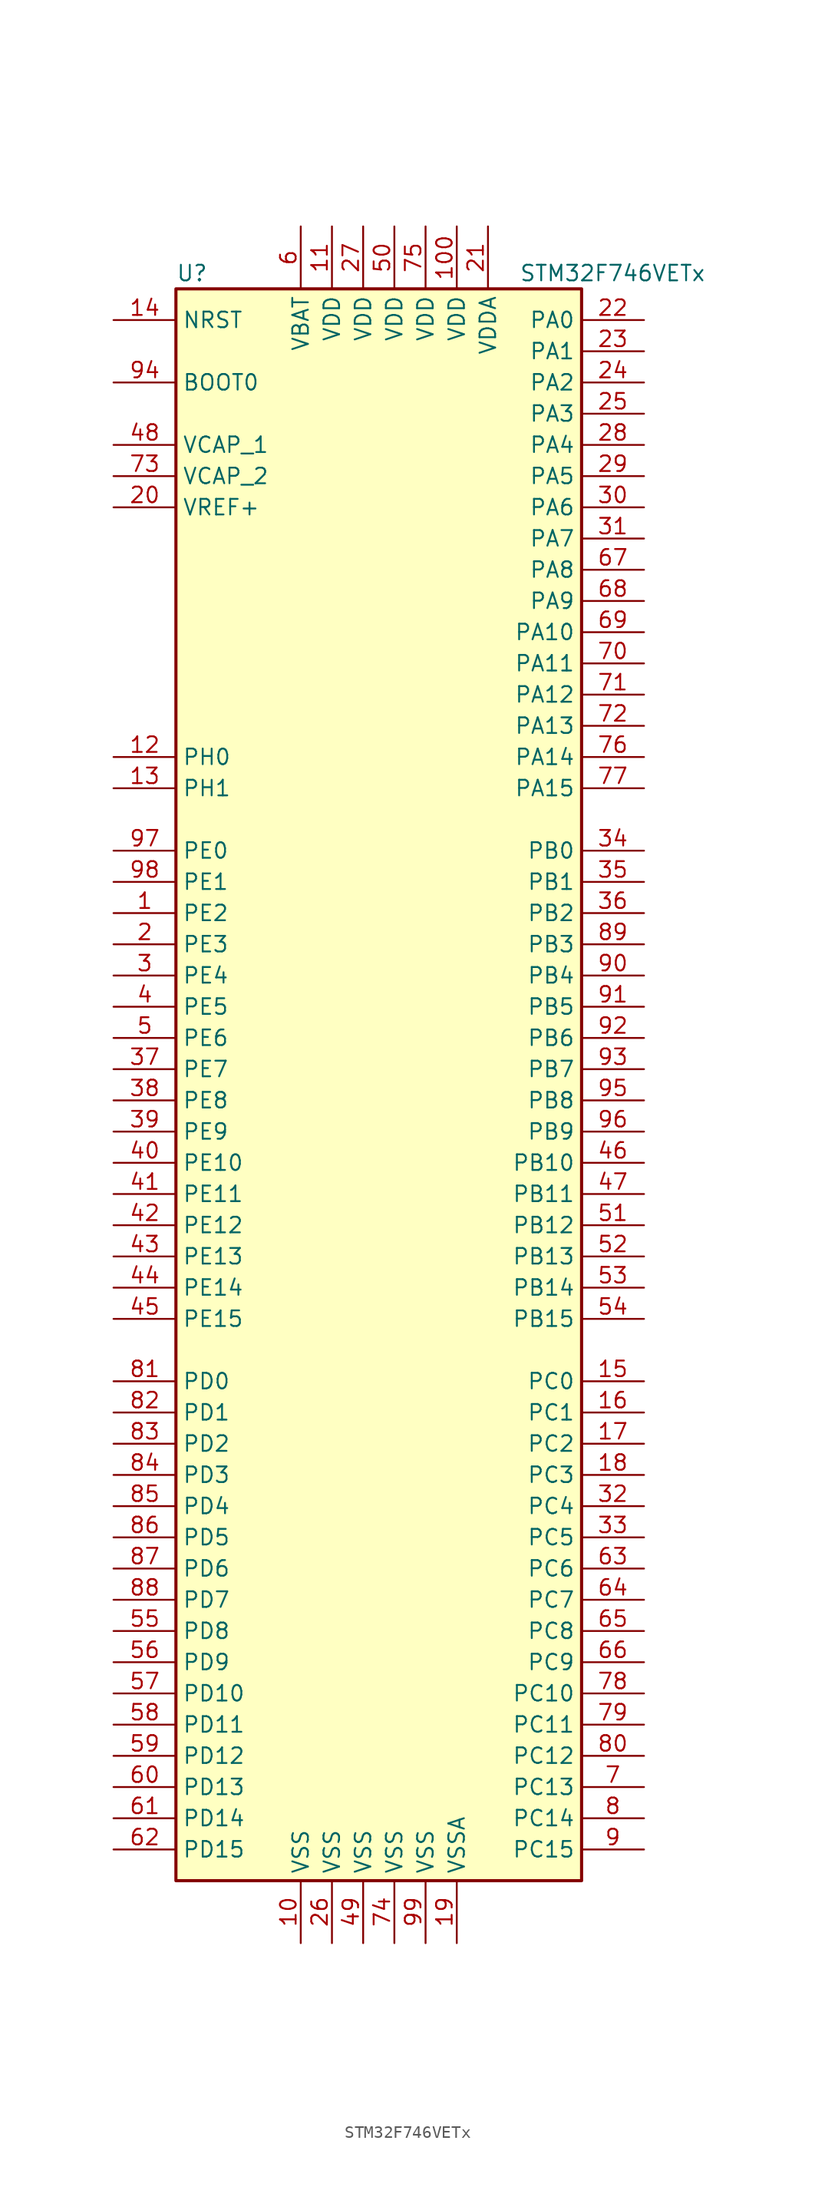
<source format=kicad_sym>
(kicad_symbol_lib
  (version 20211014)
  (generator kicad_symbol_editor)
  (symbol "STM32F746VETx"
    (property "Reference" "U"
      (at -17.78 64.77 0)
      (effects (font (size 1.27 1.27)) (justify left)))
    (property "Value" "STM32F746VETx"
      (at 10.16 64.77 0)
      (effects (font (size 1.27 1.27)) (justify left)))
    (symbol "STM32F746VETx_0_1"
      (rectangle (start -17.78 -66.04) (end 15.24 63.5) (stroke (width 0.254) (type default) (color 0 0 0 0)) (fill (type background))))
    (symbol "STM32F746VETx_1_1"
      (pin bidirectional line (at -22.86 12.7 0) (length 5.08) (name "PE2" (effects (font (size 1.27 1.27)))) (number "1" (effects (font (size 1.27 1.27)))))
      (pin power_in line (at -7.62 -71.12 90) (length 5.08) (name "VSS" (effects (font (size 1.27 1.27)))) (number "10" (effects (font (size 1.27 1.27)))))
      (pin power_in line (at 5.08 68.58 270) (length 5.08) (name "VDD" (effects (font (size 1.27 1.27)))) (number "100" (effects (font (size 1.27 1.27)))))
      (pin power_in line (at -5.08 68.58 270) (length 5.08) (name "VDD" (effects (font (size 1.27 1.27)))) (number "11" (effects (font (size 1.27 1.27)))))
      (pin input line (at -22.86 25.4 0) (length 5.08) (name "PH0" (effects (font (size 1.27 1.27)))) (number "12" (effects (font (size 1.27 1.27)))))
      (pin input line (at -22.86 22.86 0) (length 5.08) (name "PH1" (effects (font (size 1.27 1.27)))) (number "13" (effects (font (size 1.27 1.27)))))
      (pin input line (at -22.86 60.96 0) (length 5.08) (name "NRST" (effects (font (size 1.27 1.27)))) (number "14" (effects (font (size 1.27 1.27)))))
      (pin bidirectional line (at 20.32 -25.4 180) (length 5.08) (name "PC0" (effects (font (size 1.27 1.27)))) (number "15" (effects (font (size 1.27 1.27)))))
      (pin bidirectional line (at 20.32 -27.94 180) (length 5.08) (name "PC1" (effects (font (size 1.27 1.27)))) (number "16" (effects (font (size 1.27 1.27)))))
      (pin bidirectional line (at 20.32 -30.48 180) (length 5.08) (name "PC2" (effects (font (size 1.27 1.27)))) (number "17" (effects (font (size 1.27 1.27)))))
      (pin bidirectional line (at 20.32 -33.02 180) (length 5.08) (name "PC3" (effects (font (size 1.27 1.27)))) (number "18" (effects (font (size 1.27 1.27)))))
      (pin power_in line (at 5.08 -71.12 90) (length 5.08) (name "VSSA" (effects (font (size 1.27 1.27)))) (number "19" (effects (font (size 1.27 1.27)))))
      (pin bidirectional line (at -22.86 10.16 0) (length 5.08) (name "PE3" (effects (font (size 1.27 1.27)))) (number "2" (effects (font (size 1.27 1.27)))))
      (pin power_in line (at -22.86 45.72 0) (length 5.08) (name "VREF+" (effects (font (size 1.27 1.27)))) (number "20" (effects (font (size 1.27 1.27)))))
      (pin power_in line (at 7.62 68.58 270) (length 5.08) (name "VDDA" (effects (font (size 1.27 1.27)))) (number "21" (effects (font (size 1.27 1.27)))))
      (pin bidirectional line (at 20.32 60.96 180) (length 5.08) (name "PA0" (effects (font (size 1.27 1.27)))) (number "22" (effects (font (size 1.27 1.27)))))
      (pin bidirectional line (at 20.32 58.42 180) (length 5.08) (name "PA1" (effects (font (size 1.27 1.27)))) (number "23" (effects (font (size 1.27 1.27)))))
      (pin bidirectional line (at 20.32 55.88 180) (length 5.08) (name "PA2" (effects (font (size 1.27 1.27)))) (number "24" (effects (font (size 1.27 1.27)))))
      (pin bidirectional line (at 20.32 53.34 180) (length 5.08) (name "PA3" (effects (font (size 1.27 1.27)))) (number "25" (effects (font (size 1.27 1.27)))))
      (pin power_in line (at -5.08 -71.12 90) (length 5.08) (name "VSS" (effects (font (size 1.27 1.27)))) (number "26" (effects (font (size 1.27 1.27)))))
      (pin power_in line (at -2.54 68.58 270) (length 5.08) (name "VDD" (effects (font (size 1.27 1.27)))) (number "27" (effects (font (size 1.27 1.27)))))
      (pin bidirectional line (at 20.32 50.8 180) (length 5.08) (name "PA4" (effects (font (size 1.27 1.27)))) (number "28" (effects (font (size 1.27 1.27)))))
      (pin bidirectional line (at 20.32 48.26 180) (length 5.08) (name "PA5" (effects (font (size 1.27 1.27)))) (number "29" (effects (font (size 1.27 1.27)))))
      (pin bidirectional line (at -22.86 7.62 0) (length 5.08) (name "PE4" (effects (font (size 1.27 1.27)))) (number "3" (effects (font (size 1.27 1.27)))))
      (pin bidirectional line (at 20.32 45.72 180) (length 5.08) (name "PA6" (effects (font (size 1.27 1.27)))) (number "30" (effects (font (size 1.27 1.27)))))
      (pin bidirectional line (at 20.32 43.18 180) (length 5.08) (name "PA7" (effects (font (size 1.27 1.27)))) (number "31" (effects (font (size 1.27 1.27)))))
      (pin bidirectional line (at 20.32 -35.56 180) (length 5.08) (name "PC4" (effects (font (size 1.27 1.27)))) (number "32" (effects (font (size 1.27 1.27)))))
      (pin bidirectional line (at 20.32 -38.1 180) (length 5.08) (name "PC5" (effects (font (size 1.27 1.27)))) (number "33" (effects (font (size 1.27 1.27)))))
      (pin bidirectional line (at 20.32 17.78 180) (length 5.08) (name "PB0" (effects (font (size 1.27 1.27)))) (number "34" (effects (font (size 1.27 1.27)))))
      (pin bidirectional line (at 20.32 15.24 180) (length 5.08) (name "PB1" (effects (font (size 1.27 1.27)))) (number "35" (effects (font (size 1.27 1.27)))))
      (pin bidirectional line (at 20.32 12.7 180) (length 5.08) (name "PB2" (effects (font (size 1.27 1.27)))) (number "36" (effects (font (size 1.27 1.27)))))
      (pin bidirectional line (at -22.86 0 0) (length 5.08) (name "PE7" (effects (font (size 1.27 1.27)))) (number "37" (effects (font (size 1.27 1.27)))))
      (pin bidirectional line (at -22.86 -2.54 0) (length 5.08) (name "PE8" (effects (font (size 1.27 1.27)))) (number "38" (effects (font (size 1.27 1.27)))))
      (pin bidirectional line (at -22.86 -5.08 0) (length 5.08) (name "PE9" (effects (font (size 1.27 1.27)))) (number "39" (effects (font (size 1.27 1.27)))))
      (pin bidirectional line (at -22.86 5.08 0) (length 5.08) (name "PE5" (effects (font (size 1.27 1.27)))) (number "4" (effects (font (size 1.27 1.27)))))
      (pin bidirectional line (at -22.86 -7.62 0) (length 5.08) (name "PE10" (effects (font (size 1.27 1.27)))) (number "40" (effects (font (size 1.27 1.27)))))
      (pin bidirectional line (at -22.86 -10.16 0) (length 5.08) (name "PE11" (effects (font (size 1.27 1.27)))) (number "41" (effects (font (size 1.27 1.27)))))
      (pin bidirectional line (at -22.86 -12.7 0) (length 5.08) (name "PE12" (effects (font (size 1.27 1.27)))) (number "42" (effects (font (size 1.27 1.27)))))
      (pin bidirectional line (at -22.86 -15.24 0) (length 5.08) (name "PE13" (effects (font (size 1.27 1.27)))) (number "43" (effects (font (size 1.27 1.27)))))
      (pin bidirectional line (at -22.86 -17.78 0) (length 5.08) (name "PE14" (effects (font (size 1.27 1.27)))) (number "44" (effects (font (size 1.27 1.27)))))
      (pin bidirectional line (at -22.86 -20.32 0) (length 5.08) (name "PE15" (effects (font (size 1.27 1.27)))) (number "45" (effects (font (size 1.27 1.27)))))
      (pin bidirectional line (at 20.32 -7.62 180) (length 5.08) (name "PB10" (effects (font (size 1.27 1.27)))) (number "46" (effects (font (size 1.27 1.27)))))
      (pin bidirectional line (at 20.32 -10.16 180) (length 5.08) (name "PB11" (effects (font (size 1.27 1.27)))) (number "47" (effects (font (size 1.27 1.27)))))
      (pin power_in line (at -22.86 50.8 0) (length 5.08) (name "VCAP_1" (effects (font (size 1.27 1.27)))) (number "48" (effects (font (size 1.27 1.27)))))
      (pin power_in line (at -2.54 -71.12 90) (length 5.08) (name "VSS" (effects (font (size 1.27 1.27)))) (number "49" (effects (font (size 1.27 1.27)))))
      (pin bidirectional line (at -22.86 2.54 0) (length 5.08) (name "PE6" (effects (font (size 1.27 1.27)))) (number "5" (effects (font (size 1.27 1.27)))))
      (pin power_in line (at 0 68.58 270) (length 5.08) (name "VDD" (effects (font (size 1.27 1.27)))) (number "50" (effects (font (size 1.27 1.27)))))
      (pin bidirectional line (at 20.32 -12.7 180) (length 5.08) (name "PB12" (effects (font (size 1.27 1.27)))) (number "51" (effects (font (size 1.27 1.27)))))
      (pin bidirectional line (at 20.32 -15.24 180) (length 5.08) (name "PB13" (effects (font (size 1.27 1.27)))) (number "52" (effects (font (size 1.27 1.27)))))
      (pin bidirectional line (at 20.32 -17.78 180) (length 5.08) (name "PB14" (effects (font (size 1.27 1.27)))) (number "53" (effects (font (size 1.27 1.27)))))
      (pin bidirectional line (at 20.32 -20.32 180) (length 5.08) (name "PB15" (effects (font (size 1.27 1.27)))) (number "54" (effects (font (size 1.27 1.27)))))
      (pin bidirectional line (at -22.86 -45.72 0) (length 5.08) (name "PD8" (effects (font (size 1.27 1.27)))) (number "55" (effects (font (size 1.27 1.27)))))
      (pin bidirectional line (at -22.86 -48.26 0) (length 5.08) (name "PD9" (effects (font (size 1.27 1.27)))) (number "56" (effects (font (size 1.27 1.27)))))
      (pin bidirectional line (at -22.86 -50.8 0) (length 5.08) (name "PD10" (effects (font (size 1.27 1.27)))) (number "57" (effects (font (size 1.27 1.27)))))
      (pin bidirectional line (at -22.86 -53.34 0) (length 5.08) (name "PD11" (effects (font (size 1.27 1.27)))) (number "58" (effects (font (size 1.27 1.27)))))
      (pin bidirectional line (at -22.86 -55.88 0) (length 5.08) (name "PD12" (effects (font (size 1.27 1.27)))) (number "59" (effects (font (size 1.27 1.27)))))
      (pin power_in line (at -7.62 68.58 270) (length 5.08) (name "VBAT" (effects (font (size 1.27 1.27)))) (number "6" (effects (font (size 1.27 1.27)))))
      (pin bidirectional line (at -22.86 -58.42 0) (length 5.08) (name "PD13" (effects (font (size 1.27 1.27)))) (number "60" (effects (font (size 1.27 1.27)))))
      (pin bidirectional line (at -22.86 -60.96 0) (length 5.08) (name "PD14" (effects (font (size 1.27 1.27)))) (number "61" (effects (font (size 1.27 1.27)))))
      (pin bidirectional line (at -22.86 -63.5 0) (length 5.08) (name "PD15" (effects (font (size 1.27 1.27)))) (number "62" (effects (font (size 1.27 1.27)))))
      (pin bidirectional line (at 20.32 -40.64 180) (length 5.08) (name "PC6" (effects (font (size 1.27 1.27)))) (number "63" (effects (font (size 1.27 1.27)))))
      (pin bidirectional line (at 20.32 -43.18 180) (length 5.08) (name "PC7" (effects (font (size 1.27 1.27)))) (number "64" (effects (font (size 1.27 1.27)))))
      (pin bidirectional line (at 20.32 -45.72 180) (length 5.08) (name "PC8" (effects (font (size 1.27 1.27)))) (number "65" (effects (font (size 1.27 1.27)))))
      (pin bidirectional line (at 20.32 -48.26 180) (length 5.08) (name "PC9" (effects (font (size 1.27 1.27)))) (number "66" (effects (font (size 1.27 1.27)))))
      (pin bidirectional line (at 20.32 40.64 180) (length 5.08) (name "PA8" (effects (font (size 1.27 1.27)))) (number "67" (effects (font (size 1.27 1.27)))))
      (pin bidirectional line (at 20.32 38.1 180) (length 5.08) (name "PA9" (effects (font (size 1.27 1.27)))) (number "68" (effects (font (size 1.27 1.27)))))
      (pin bidirectional line (at 20.32 35.56 180) (length 5.08) (name "PA10" (effects (font (size 1.27 1.27)))) (number "69" (effects (font (size 1.27 1.27)))))
      (pin bidirectional line (at 20.32 -58.42 180) (length 5.08) (name "PC13" (effects (font (size 1.27 1.27)))) (number "7" (effects (font (size 1.27 1.27)))))
      (pin bidirectional line (at 20.32 33.02 180) (length 5.08) (name "PA11" (effects (font (size 1.27 1.27)))) (number "70" (effects (font (size 1.27 1.27)))))
      (pin bidirectional line (at 20.32 30.48 180) (length 5.08) (name "PA12" (effects (font (size 1.27 1.27)))) (number "71" (effects (font (size 1.27 1.27)))))
      (pin bidirectional line (at 20.32 27.94 180) (length 5.08) (name "PA13" (effects (font (size 1.27 1.27)))) (number "72" (effects (font (size 1.27 1.27)))))
      (pin power_in line (at -22.86 48.26 0) (length 5.08) (name "VCAP_2" (effects (font (size 1.27 1.27)))) (number "73" (effects (font (size 1.27 1.27)))))
      (pin power_in line (at 0 -71.12 90) (length 5.08) (name "VSS" (effects (font (size 1.27 1.27)))) (number "74" (effects (font (size 1.27 1.27)))))
      (pin power_in line (at 2.54 68.58 270) (length 5.08) (name "VDD" (effects (font (size 1.27 1.27)))) (number "75" (effects (font (size 1.27 1.27)))))
      (pin bidirectional line (at 20.32 25.4 180) (length 5.08) (name "PA14" (effects (font (size 1.27 1.27)))) (number "76" (effects (font (size 1.27 1.27)))))
      (pin bidirectional line (at 20.32 22.86 180) (length 5.08) (name "PA15" (effects (font (size 1.27 1.27)))) (number "77" (effects (font (size 1.27 1.27)))))
      (pin bidirectional line (at 20.32 -50.8 180) (length 5.08) (name "PC10" (effects (font (size 1.27 1.27)))) (number "78" (effects (font (size 1.27 1.27)))))
      (pin bidirectional line (at 20.32 -53.34 180) (length 5.08) (name "PC11" (effects (font (size 1.27 1.27)))) (number "79" (effects (font (size 1.27 1.27)))))
      (pin bidirectional line (at 20.32 -60.96 180) (length 5.08) (name "PC14" (effects (font (size 1.27 1.27)))) (number "8" (effects (font (size 1.27 1.27)))))
      (pin bidirectional line (at 20.32 -55.88 180) (length 5.08) (name "PC12" (effects (font (size 1.27 1.27)))) (number "80" (effects (font (size 1.27 1.27)))))
      (pin bidirectional line (at -22.86 -25.4 0) (length 5.08) (name "PD0" (effects (font (size 1.27 1.27)))) (number "81" (effects (font (size 1.27 1.27)))))
      (pin bidirectional line (at -22.86 -27.94 0) (length 5.08) (name "PD1" (effects (font (size 1.27 1.27)))) (number "82" (effects (font (size 1.27 1.27)))))
      (pin bidirectional line (at -22.86 -30.48 0) (length 5.08) (name "PD2" (effects (font (size 1.27 1.27)))) (number "83" (effects (font (size 1.27 1.27)))))
      (pin bidirectional line (at -22.86 -33.02 0) (length 5.08) (name "PD3" (effects (font (size 1.27 1.27)))) (number "84" (effects (font (size 1.27 1.27)))))
      (pin bidirectional line (at -22.86 -35.56 0) (length 5.08) (name "PD4" (effects (font (size 1.27 1.27)))) (number "85" (effects (font (size 1.27 1.27)))))
      (pin bidirectional line (at -22.86 -38.1 0) (length 5.08) (name "PD5" (effects (font (size 1.27 1.27)))) (number "86" (effects (font (size 1.27 1.27)))))
      (pin bidirectional line (at -22.86 -40.64 0) (length 5.08) (name "PD6" (effects (font (size 1.27 1.27)))) (number "87" (effects (font (size 1.27 1.27)))))
      (pin bidirectional line (at -22.86 -43.18 0) (length 5.08) (name "PD7" (effects (font (size 1.27 1.27)))) (number "88" (effects (font (size 1.27 1.27)))))
      (pin bidirectional line (at 20.32 10.16 180) (length 5.08) (name "PB3" (effects (font (size 1.27 1.27)))) (number "89" (effects (font (size 1.27 1.27)))))
      (pin bidirectional line (at 20.32 -63.5 180) (length 5.08) (name "PC15" (effects (font (size 1.27 1.27)))) (number "9" (effects (font (size 1.27 1.27)))))
      (pin bidirectional line (at 20.32 7.62 180) (length 5.08) (name "PB4" (effects (font (size 1.27 1.27)))) (number "90" (effects (font (size 1.27 1.27)))))
      (pin bidirectional line (at 20.32 5.08 180) (length 5.08) (name "PB5" (effects (font (size 1.27 1.27)))) (number "91" (effects (font (size 1.27 1.27)))))
      (pin bidirectional line (at 20.32 2.54 180) (length 5.08) (name "PB6" (effects (font (size 1.27 1.27)))) (number "92" (effects (font (size 1.27 1.27)))))
      (pin bidirectional line (at 20.32 0 180) (length 5.08) (name "PB7" (effects (font (size 1.27 1.27)))) (number "93" (effects (font (size 1.27 1.27)))))
      (pin input line (at -22.86 55.88 0) (length 5.08) (name "BOOT0" (effects (font (size 1.27 1.27)))) (number "94" (effects (font (size 1.27 1.27)))))
      (pin bidirectional line (at 20.32 -2.54 180) (length 5.08) (name "PB8" (effects (font (size 1.27 1.27)))) (number "95" (effects (font (size 1.27 1.27)))))
      (pin bidirectional line (at 20.32 -5.08 180) (length 5.08) (name "PB9" (effects (font (size 1.27 1.27)))) (number "96" (effects (font (size 1.27 1.27)))))
      (pin bidirectional line (at -22.86 17.78 0) (length 5.08) (name "PE0" (effects (font (size 1.27 1.27)))) (number "97" (effects (font (size 1.27 1.27)))))
      (pin bidirectional line (at -22.86 15.24 0) (length 5.08) (name "PE1" (effects (font (size 1.27 1.27)))) (number "98" (effects (font (size 1.27 1.27)))))
      (pin power_in line (at 2.54 -71.12 90) (length 5.08) (name "VSS" (effects (font (size 1.27 1.27)))) (number "99" (effects (font (size 1.27 1.27))))))))
</source>
